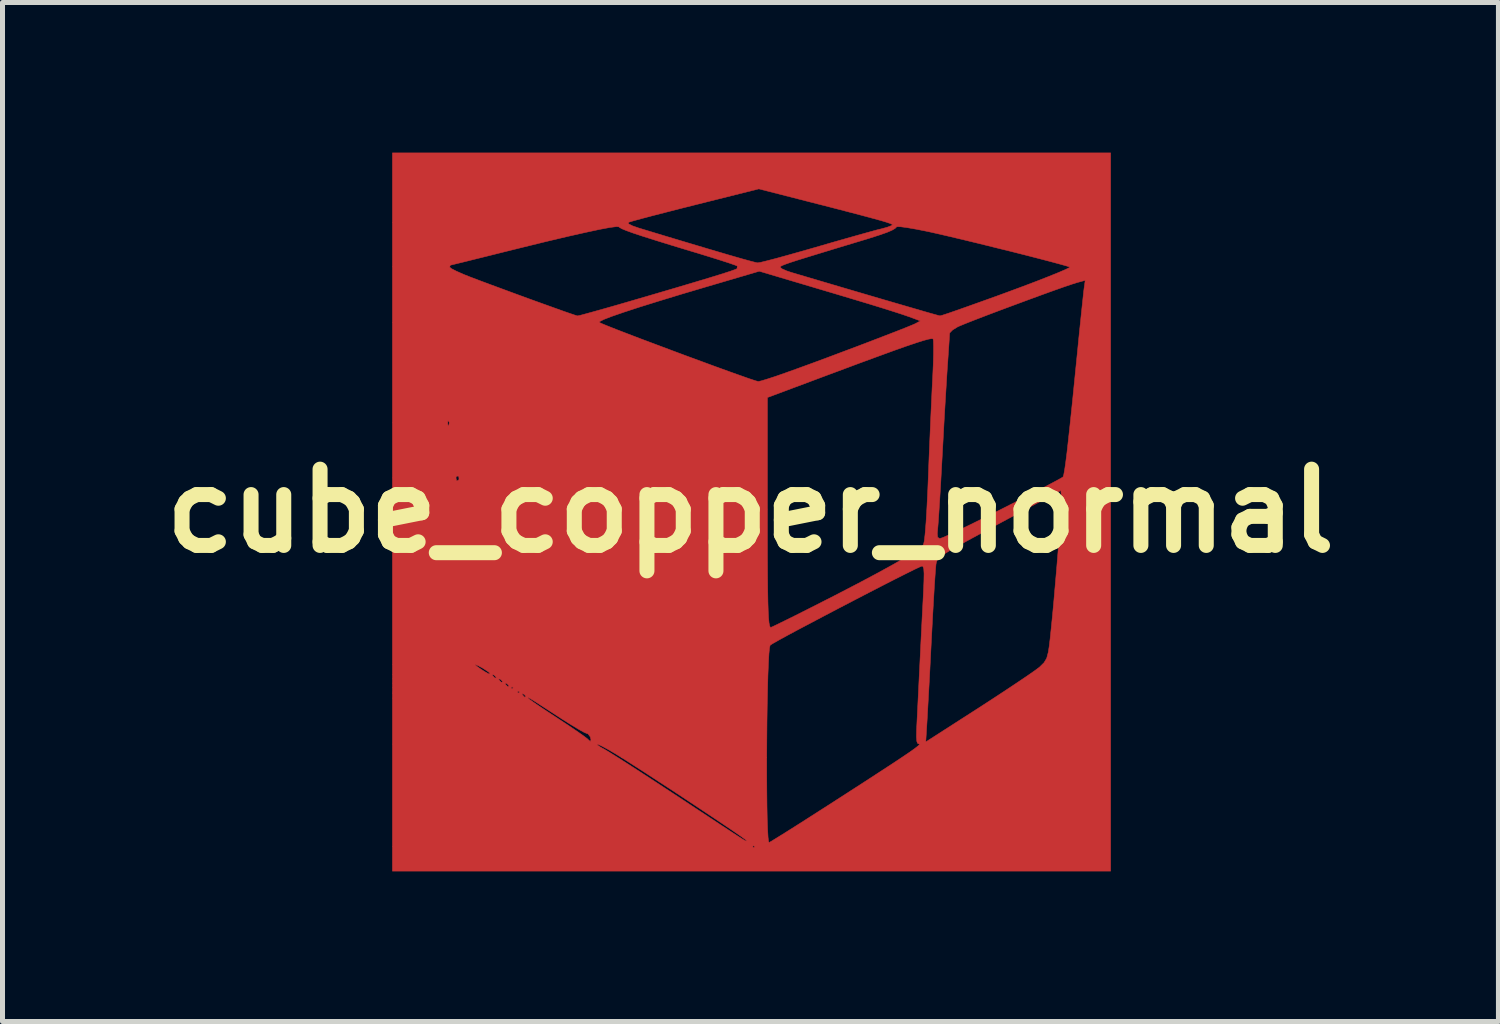
<source format=kicad_pcb>
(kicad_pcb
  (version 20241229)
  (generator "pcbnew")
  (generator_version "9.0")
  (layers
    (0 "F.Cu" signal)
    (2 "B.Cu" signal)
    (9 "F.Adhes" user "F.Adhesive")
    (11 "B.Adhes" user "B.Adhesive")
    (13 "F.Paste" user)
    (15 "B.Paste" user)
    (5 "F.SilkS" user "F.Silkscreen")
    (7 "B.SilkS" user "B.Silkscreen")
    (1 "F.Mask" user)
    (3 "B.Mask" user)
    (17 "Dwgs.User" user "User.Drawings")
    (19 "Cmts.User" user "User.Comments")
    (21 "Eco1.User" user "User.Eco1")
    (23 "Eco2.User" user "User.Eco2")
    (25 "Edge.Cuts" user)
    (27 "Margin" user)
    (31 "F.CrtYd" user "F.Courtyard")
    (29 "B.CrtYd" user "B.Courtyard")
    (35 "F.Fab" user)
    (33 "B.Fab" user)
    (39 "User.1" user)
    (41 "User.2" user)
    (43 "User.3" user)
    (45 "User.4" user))
  (footprint "cube_copper_normal"
    (layer "F.Cu")
    (at 11.945 7.159)
    (property "Reference" "cube_copper_normal" (at 0 0 0) (layer "F.SilkS") (effects (font (size 1.524 1.524) (thickness 0.3))))
    (attr through_hole)
    (fp_poly (pts (xy 7.197 7.197) (xy -7.154 7.197) (xy -7.154 6.71) (xy 0.042 6.71) (xy 0.064 6.731) (xy 0.085 6.71) (xy 0.064 6.689) (xy 0.042 6.71) (xy -7.154 6.71) (xy -7.154 4.659) (xy -3.066 4.659) (xy -3.059 4.677) (xy -2.992 4.722) (xy -2.921 4.761) (xy -2.842 4.808) (xy -2.702 4.895) (xy -2.51 5.017) (xy -2.276 5.168) (xy -2.008 5.342) (xy -1.717 5.533) (xy -1.418 5.729) (xy -1.075 5.956) (xy -0.796 6.14) (xy -0.575 6.286) (xy -0.404 6.398) (xy -0.278 6.481) (xy -0.19 6.537) (xy -0.133 6.573) (xy -0.1 6.591) (xy -0.086 6.597) (xy -0.082 6.593) (xy -0.084 6.585) (xy -0.085 6.581) (xy -0.119 6.553) (xy -0.214 6.485) (xy -0.362 6.383) (xy -0.553 6.254) (xy -0.777 6.104) (xy -1.025 5.939) (xy -1.287 5.765) (xy -1.555 5.588) (xy -1.819 5.416) (xy -2.047 5.267) (xy 0.325 5.267) (xy 0.327 5.594) (xy 0.33 5.892) (xy 0.335 6.153) (xy 0.343 6.367) (xy 0.352 6.522) (xy 0.363 6.61) (xy 0.372 6.626) (xy 0.42 6.599) (xy 0.53 6.531) (xy 0.693 6.43) (xy 0.899 6.3) (xy 1.139 6.147) (xy 1.403 5.978) (xy 1.494 5.92) (xy 1.927 5.641) (xy 2.293 5.405) (xy 2.597 5.207) (xy 2.844 5.046) (xy 3.038 4.917) (xy 3.183 4.819) (xy 3.285 4.746) (xy 3.348 4.697) (xy 3.377 4.669) (xy 3.376 4.657) (xy 3.371 4.657) (xy 3.341 4.646) (xy 3.329 4.616) (xy 3.503 4.616) (xy 4.566 3.933) (xy 4.842 3.754) (xy 5.102 3.583) (xy 5.335 3.428) (xy 5.531 3.296) (xy 5.679 3.193) (xy 5.768 3.127) (xy 5.78 3.117) (xy 5.866 3.032) (xy 5.919 2.944) (xy 5.951 2.824) (xy 5.969 2.709) (xy 5.988 2.554) (xy 6.01 2.341) (xy 6.036 2.082) (xy 6.063 1.79) (xy 6.09 1.477) (xy 6.118 1.156) (xy 6.144 0.839) (xy 6.167 0.54) (xy 6.187 0.271) (xy 6.202 0.044) (xy 6.212 -0.129) (xy 6.215 -0.233) (xy 6.215 -0.251) (xy 6.202 -0.41) (xy 5.249 0.102) (xy 4.873 0.304) (xy 4.565 0.47) (xy 4.318 0.604) (xy 4.124 0.711) (xy 3.978 0.795) (xy 3.873 0.861) (xy 3.8 0.912) (xy 3.755 0.953) (xy 3.729 0.988) (xy 3.716 1.022) (xy 3.709 1.058) (xy 3.707 1.07) (xy 3.7 1.146) (xy 3.689 1.295) (xy 3.675 1.505) (xy 3.66 1.763) (xy 3.643 2.059) (xy 3.626 2.38) (xy 3.621 2.477) (xy 3.603 2.822) (xy 3.586 3.162) (xy 3.569 3.483) (xy 3.553 3.767) (xy 3.54 4) (xy 3.531 4.166) (xy 3.53 4.181) (xy 3.503 4.616) (xy 3.329 4.616) (xy 3.324 4.603) (xy 3.317 4.514) (xy 3.32 4.364) (xy 3.326 4.244) (xy 3.351 3.739) (xy 3.372 3.31) (xy 3.39 2.947) (xy 3.405 2.64) (xy 3.418 2.382) (xy 3.429 2.161) (xy 3.439 1.97) (xy 3.448 1.798) (xy 3.456 1.64) (xy 3.466 1.41) (xy 3.469 1.253) (xy 3.463 1.156) (xy 3.447 1.11) (xy 3.429 1.101) (xy 3.381 1.12) (xy 3.268 1.173) (xy 3.1 1.257) (xy 2.887 1.364) (xy 2.639 1.491) (xy 2.365 1.632) (xy 2.076 1.782) (xy 1.782 1.935) (xy 1.492 2.087) (xy 1.216 2.233) (xy 0.964 2.366) (xy 0.746 2.483) (xy 0.572 2.578) (xy 0.452 2.646) (xy 0.396 2.681) (xy 0.394 2.683) (xy 0.381 2.735) (xy 0.369 2.86) (xy 0.359 3.048) (xy 0.349 3.288) (xy 0.342 3.57) (xy 0.335 3.885) (xy 0.33 4.222) (xy 0.327 4.571) (xy 0.325 4.923) (xy 0.325 5.267) (xy -2.047 5.267) (xy -2.069 5.252) (xy -2.297 5.106) (xy -2.491 4.981) (xy -2.645 4.885) (xy -2.685 4.86) (xy -2.836 4.771) (xy -2.963 4.702) (xy -3.046 4.664) (xy -3.066 4.659) (xy -7.154 4.659) (xy -7.154 3.736) (xy -4.445 3.736) (xy -4.445 3.74) (xy -4.411 3.768) (xy -4.318 3.834) (xy -4.177 3.93) (xy -4 4.047) (xy -3.857 4.141) (xy -3.658 4.272) (xy -3.484 4.39) (xy -3.348 4.485) (xy -3.262 4.55) (xy -3.239 4.572) (xy -3.201 4.606) (xy -3.186 4.575) (xy -3.2 4.515) (xy -3.246 4.455) (xy -3.275 4.445) (xy -3.326 4.423) (xy -3.434 4.363) (xy -3.584 4.272) (xy -3.762 4.16) (xy -3.831 4.115) (xy -4.053 3.971) (xy -4.214 3.867) (xy -4.323 3.797) (xy -4.391 3.755) (xy -4.428 3.735) (xy -4.442 3.731) (xy -4.445 3.736) (xy -7.154 3.736) (xy -7.154 3.653) (xy -4.565 3.653) (xy -4.555 3.676) (xy -4.512 3.722) (xy -4.488 3.713) (xy -4.487 3.707) (xy -4.517 3.671) (xy -4.536 3.658) (xy -4.565 3.653) (xy -7.154 3.653) (xy -7.154 3.619) (xy -4.657 3.619) (xy -4.636 3.641) (xy -4.614 3.619) (xy -4.636 3.598) (xy -4.657 3.619) (xy -7.154 3.619) (xy -7.154 3.535) (xy -4.784 3.535) (xy -4.763 3.556) (xy -4.741 3.535) (xy -4.763 3.514) (xy -4.784 3.535) (xy -7.154 3.535) (xy -7.154 3.441) (xy -4.904 3.441) (xy -4.894 3.465) (xy -4.851 3.51) (xy -4.826 3.501) (xy -4.826 3.495) (xy -4.856 3.459) (xy -4.875 3.446) (xy -4.904 3.441) (xy -7.154 3.441) (xy -7.154 3.356) (xy -5.031 3.356) (xy -5.021 3.38) (xy -4.978 3.426) (xy -4.953 3.416) (xy -4.953 3.41) (xy -4.983 3.375) (xy -5.002 3.361) (xy -5.031 3.356) (xy -7.154 3.356) (xy -7.154 3.272) (xy -5.158 3.272) (xy -5.148 3.295) (xy -5.105 3.341) (xy -5.08 3.332) (xy -5.08 3.326) (xy -5.11 3.29) (xy -5.129 3.277) (xy -5.158 3.272) (xy -7.154 3.272) (xy -7.154 3.071) (xy -5.503 3.071) (xy -5.472 3.101) (xy -5.397 3.154) (xy -5.31 3.211) (xy -5.239 3.251) (xy -5.218 3.26) (xy -5.207 3.243) (xy -5.24 3.213) (xy -5.322 3.159) (xy -5.355 3.138) (xy -5.447 3.089) (xy -5.499 3.069) (xy -5.503 3.071) (xy -7.154 3.071) (xy -7.154 -0.659) (xy -5.884 -0.659) (xy -5.87 -0.598) (xy -5.834 -0.616) (xy -5.823 -0.632) (xy -5.828 -0.686) (xy -5.841 -0.698) (xy -5.878 -0.689) (xy -5.884 -0.659) (xy -7.154 -0.659) (xy -7.154 -1.76) (xy -6.05 -1.76) (xy -6.043 -1.705) (xy -6.028 -1.705) (xy -6.018 -1.761) (xy -6.025 -1.786) (xy -6.044 -1.802) (xy -6.05 -1.76) (xy -7.154 -1.76) (xy -7.154 -2.266) (xy 0.339 -2.266) (xy 0.339 -0.036) (xy 0.339 0.48) (xy 0.34 0.917) (xy 0.342 1.282) (xy 0.345 1.58) (xy 0.349 1.818) (xy 0.355 2.003) (xy 0.362 2.139) (xy 0.371 2.234) (xy 0.382 2.292) (xy 0.395 2.322) (xy 0.407 2.328) (xy 0.448 2.31) (xy 0.554 2.259) (xy 0.711 2.182) (xy 0.909 2.084) (xy 1.135 1.97) (xy 1.175 1.95) (xy 1.69 1.688) (xy 2.145 1.452) (xy 2.536 1.244) (xy 2.862 1.065) (xy 3.119 0.916) (xy 3.306 0.798) (xy 3.421 0.714) (xy 3.457 0.673) (xy 3.474 0.599) (xy 3.49 0.459) (xy 3.733 0.459) (xy 3.741 0.526) (xy 3.773 0.549) (xy 3.79 0.55) (xy 3.844 0.532) (xy 3.963 0.479) (xy 4.139 0.397) (xy 4.361 0.29) (xy 4.619 0.163) (xy 4.903 0.021) (xy 5.044 -0.05) (xy 5.336 -0.199) (xy 5.602 -0.336) (xy 5.835 -0.456) (xy 6.024 -0.556) (xy 6.16 -0.629) (xy 6.235 -0.672) (xy 6.246 -0.68) (xy 6.26 -0.723) (xy 6.277 -0.815) (xy 6.298 -0.96) (xy 6.324 -1.163) (xy 6.354 -1.431) (xy 6.39 -1.766) (xy 6.433 -2.175) (xy 6.482 -2.662) (xy 6.495 -2.794) (xy 6.531 -3.149) (xy 6.564 -3.482) (xy 6.595 -3.784) (xy 6.622 -4.043) (xy 6.644 -4.249) (xy 6.659 -4.39) (xy 6.667 -4.452) (xy 6.689 -4.607) (xy 6.53 -4.564) (xy 6.431 -4.533) (xy 6.268 -4.478) (xy 6.056 -4.403) (xy 5.807 -4.313) (xy 5.535 -4.213) (xy 5.254 -4.109) (xy 4.977 -4.006) (xy 4.718 -3.908) (xy 4.489 -3.82) (xy 4.306 -3.748) (xy 4.18 -3.696) (xy 4.138 -3.677) (xy 4.039 -3.616) (xy 3.984 -3.559) (xy 3.979 -3.545) (xy 3.976 -3.485) (xy 3.968 -3.358) (xy 3.956 -3.181) (xy 3.942 -2.972) (xy 3.938 -2.921) (xy 3.925 -2.723) (xy 3.909 -2.458) (xy 3.89 -2.145) (xy 3.87 -1.802) (xy 3.851 -1.447) (xy 3.833 -1.122) (xy 3.815 -0.796) (xy 3.798 -0.486) (xy 3.781 -0.207) (xy 3.766 0.029) (xy 3.754 0.209) (xy 3.745 0.319) (xy 3.744 0.328) (xy 3.733 0.459) (xy 3.49 0.459) (xy 3.491 0.446) (xy 3.509 0.223) (xy 3.526 -0.065) (xy 3.543 -0.411) (xy 3.554 -0.677) (xy 3.568 -1.042) (xy 3.584 -1.423) (xy 3.6 -1.798) (xy 3.616 -2.149) (xy 3.63 -2.453) (xy 3.641 -2.667) (xy 3.652 -2.909) (xy 3.658 -3.121) (xy 3.659 -3.29) (xy 3.656 -3.401) (xy 3.649 -3.438) (xy 3.621 -3.443) (xy 3.56 -3.433) (xy 3.459 -3.406) (xy 3.314 -3.36) (xy 3.118 -3.294) (xy 2.867 -3.205) (xy 2.555 -3.091) (xy 2.176 -2.952) (xy 1.726 -2.784) (xy 1.556 -2.721) (xy 0.339 -2.266) (xy -7.154 -2.266) (xy -7.154 -3.767) (xy -3.021 -3.767) (xy -2.973 -3.744) (xy -2.856 -3.696) (xy -2.68 -3.626) (xy -2.456 -3.54) (xy -2.195 -3.44) (xy -1.907 -3.332) (xy -1.603 -3.218) (xy -1.292 -3.102) (xy -0.987 -2.99) (xy -0.697 -2.883) (xy -0.432 -2.787) (xy -0.204 -2.706) (xy -0.023 -2.642) (xy 0.101 -2.601) (xy 0.156 -2.586) (xy 0.213 -2.598) (xy 0.333 -2.634) (xy 0.499 -2.688) (xy 0.694 -2.756) (xy 0.727 -2.768) (xy 0.961 -2.852) (xy 1.23 -2.95) (xy 1.522 -3.058) (xy 1.825 -3.172) (xy 2.129 -3.286) (xy 2.42 -3.397) (xy 2.688 -3.5) (xy 2.921 -3.59) (xy 3.108 -3.664) (xy 3.235 -3.716) (xy 3.288 -3.739) (xy 3.396 -3.796) (xy 3.275 -3.842) (xy 3.168 -3.881) (xy 3.035 -3.927) (xy 2.868 -3.981) (xy 2.659 -4.047) (xy 2.4 -4.127) (xy 2.081 -4.223) (xy 1.694 -4.339) (xy 1.411 -4.423) (xy 0.177 -4.79) (xy -0.853 -4.487) (xy -1.38 -4.331) (xy -1.836 -4.192) (xy -2.221 -4.072) (xy -2.533 -3.97) (xy -2.77 -3.888) (xy -2.931 -3.826) (xy -3.012 -3.784) (xy -3.021 -3.767) (xy -7.154 -3.767) (xy -7.154 -4.872) (xy -6.011 -4.872) (xy -5.974 -4.841) (xy -5.875 -4.79) (xy -5.73 -4.726) (xy -5.62 -4.682) (xy -5.428 -4.609) (xy -5.198 -4.523) (xy -4.943 -4.429) (xy -4.675 -4.33) (xy -4.407 -4.232) (xy -4.149 -4.139) (xy -3.915 -4.055) (xy -3.717 -3.984) (xy -3.566 -3.932) (xy -3.476 -3.902) (xy -3.455 -3.897) (xy -3.406 -3.907) (xy -3.287 -3.939) (xy -3.11 -3.988) (xy -2.889 -4.05) (xy -2.633 -4.123) (xy -2.482 -4.167) (xy -1.948 -4.323) (xy -1.492 -4.457) (xy -1.113 -4.57) (xy -0.807 -4.662) (xy -0.573 -4.734) (xy -0.406 -4.788) (xy -0.305 -4.824) (xy -0.267 -4.841) (xy -0.264 -4.87) (xy 0.593 -4.87) (xy 0.63 -4.838) (xy 0.725 -4.796) (xy 0.815 -4.766) (xy 1.329 -4.614) (xy 1.809 -4.472) (xy 2.251 -4.342) (xy 2.649 -4.225) (xy 2.996 -4.124) (xy 3.288 -4.039) (xy 3.518 -3.972) (xy 3.681 -3.926) (xy 3.772 -3.901) (xy 3.789 -3.898) (xy 3.837 -3.911) (xy 3.956 -3.95) (xy 4.134 -4.012) (xy 4.363 -4.093) (xy 4.632 -4.189) (xy 4.933 -4.297) (xy 5.132 -4.37) (xy 5.442 -4.485) (xy 5.722 -4.591) (xy 5.964 -4.686) (xy 6.159 -4.765) (xy 6.298 -4.825) (xy 6.372 -4.862) (xy 6.38 -4.873) (xy 6.321 -4.893) (xy 6.19 -4.93) (xy 6.001 -4.981) (xy 5.764 -5.043) (xy 5.492 -5.113) (xy 5.195 -5.188) (xy 4.886 -5.264) (xy 4.576 -5.341) (xy 4.278 -5.413) (xy 4.001 -5.479) (xy 3.76 -5.535) (xy 3.564 -5.579) (xy 3.526 -5.587) (xy 3.315 -5.629) (xy 3.135 -5.66) (xy 3.002 -5.678) (xy 2.93 -5.68) (xy 2.922 -5.677) (xy 2.889 -5.644) (xy 2.827 -5.608) (xy 2.726 -5.565) (xy 2.574 -5.512) (xy 2.362 -5.444) (xy 2.078 -5.358) (xy 2.074 -5.357) (xy 1.687 -5.24) (xy 1.373 -5.144) (xy 1.125 -5.068) (xy 0.935 -5.009) (xy 0.796 -4.964) (xy 0.7 -4.93) (xy 0.639 -4.906) (xy 0.606 -4.888) (xy 0.594 -4.875) (xy 0.593 -4.87) (xy -0.264 -4.87) (xy -0.262 -4.89) (xy -0.266 -4.895) (xy -0.313 -4.914) (xy -0.428 -4.954) (xy -0.601 -5.01) (xy -0.818 -5.078) (xy -1.068 -5.155) (xy -1.173 -5.186) (xy -1.572 -5.307) (xy -1.895 -5.407) (xy -2.151 -5.488) (xy -2.344 -5.552) (xy -2.482 -5.602) (xy -2.571 -5.639) (xy -2.618 -5.666) (xy -2.626 -5.676) (xy -2.677 -5.681) (xy -2.808 -5.664) (xy -3.016 -5.625) (xy -3.3 -5.564) (xy -3.659 -5.483) (xy -4.09 -5.381) (xy -4.591 -5.258) (xy -4.97 -5.164) (xy -5.249 -5.094) (xy -5.5 -5.032) (xy -5.712 -4.979) (xy -5.872 -4.94) (xy -5.97 -4.916) (xy -5.996 -4.911) (xy -6.011 -4.878) (xy -6.011 -4.872) (xy -7.154 -4.872) (xy -7.154 -5.764) (xy -2.441 -5.764) (xy -2.437 -5.737) (xy -2.357 -5.696) (xy -2.233 -5.653) (xy -1.675 -5.484) (xy -1.188 -5.338) (xy -0.775 -5.215) (xy -0.436 -5.115) (xy -0.173 -5.039) (xy 0.013 -4.988) (xy 0.12 -4.961) (xy 0.144 -4.957) (xy 0.205 -4.967) (xy 0.335 -4.999) (xy 0.523 -5.048) (xy 0.758 -5.113) (xy 1.028 -5.189) (xy 1.308 -5.269) (xy 1.61 -5.357) (xy 1.897 -5.439) (xy 2.155 -5.512) (xy 2.371 -5.572) (xy 2.531 -5.616) (xy 2.614 -5.636) (xy 2.737 -5.67) (xy 2.818 -5.701) (xy 2.836 -5.717) (xy 2.825 -5.729) (xy 2.785 -5.746) (xy 2.711 -5.771) (xy 2.597 -5.805) (xy 2.435 -5.849) (xy 2.22 -5.907) (xy 1.945 -5.979) (xy 1.603 -6.068) (xy 1.188 -6.174) (xy 1.004 -6.221) (xy 0.167 -6.435) (xy -1.109 -6.115) (xy -1.427 -6.035) (xy -1.719 -5.96) (xy -1.976 -5.894) (xy -2.187 -5.838) (xy -2.34 -5.796) (xy -2.427 -5.77) (xy -2.441 -5.764) (xy -7.154 -5.764) (xy -7.154 -7.154) (xy 7.197 -7.154) (xy 7.197 7.197)) (stroke (width 0.01) (type solid)) (fill yes) (layer "F.Cu")))
  (gr_rect
    (start -3 -3)
    (end 26.891 17.361)
    (stroke (width 0.1) (type default))
    (fill no)
    (layer "Edge.Cuts")))
</source>
